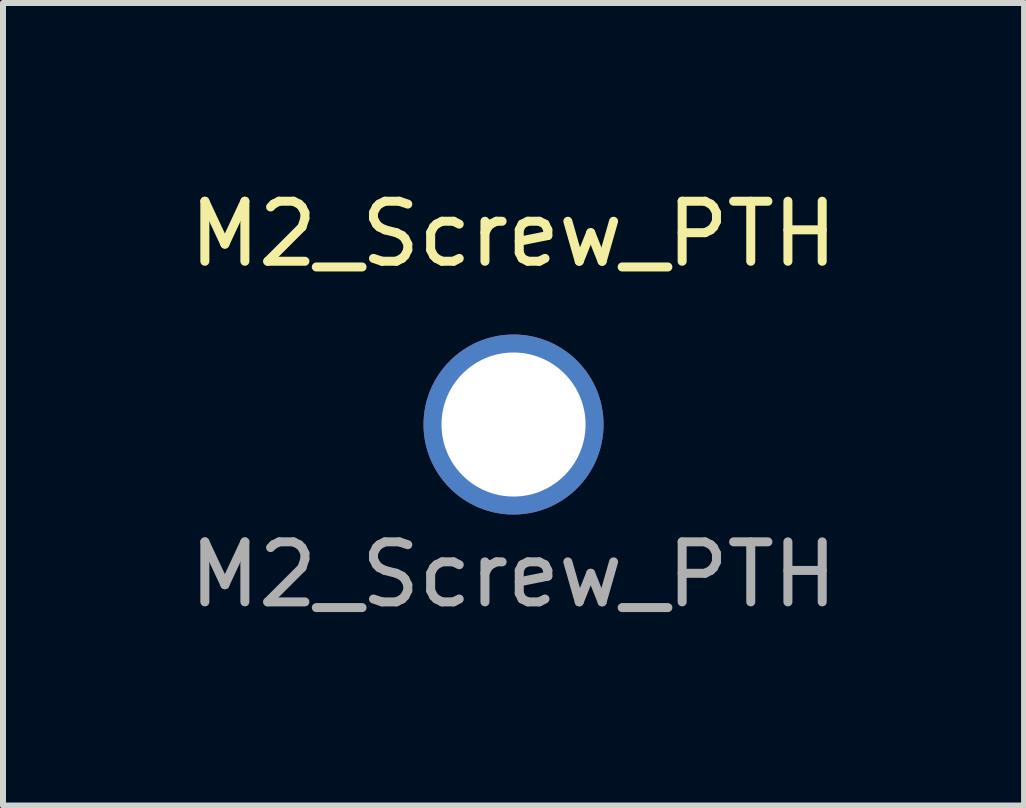
<source format=kicad_pcb>
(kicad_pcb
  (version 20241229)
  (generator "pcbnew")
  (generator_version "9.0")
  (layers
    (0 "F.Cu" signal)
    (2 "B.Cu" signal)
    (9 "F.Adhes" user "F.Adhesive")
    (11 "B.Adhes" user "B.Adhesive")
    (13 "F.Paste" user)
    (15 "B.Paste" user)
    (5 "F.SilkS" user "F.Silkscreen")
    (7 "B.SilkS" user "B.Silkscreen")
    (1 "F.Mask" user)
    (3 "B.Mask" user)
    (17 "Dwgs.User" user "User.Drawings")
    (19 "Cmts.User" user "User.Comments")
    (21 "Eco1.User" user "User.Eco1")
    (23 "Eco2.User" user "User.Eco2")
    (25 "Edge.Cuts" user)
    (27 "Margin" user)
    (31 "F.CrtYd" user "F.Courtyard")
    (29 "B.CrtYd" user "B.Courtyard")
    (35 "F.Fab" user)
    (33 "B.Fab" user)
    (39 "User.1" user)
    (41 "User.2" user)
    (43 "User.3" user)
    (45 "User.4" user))
  (footprint "M2_Screw_PTH"
    (layer "F.Cu")
    (at 5.506 4.023)
    (property "Reference" "M2_Screw_PTH" (at 0 -3.175 0) (unlocked yes) (layer "F.SilkS") (effects (font (size 1 1) (thickness 0.15))))
    (attr through_hole)
    (fp_text user "${REFERENCE}" (at 0 2.5 0) (unlocked yes) (layer "F.Fab") (effects (font (size 1 1) (thickness 0.15))))
    (pad "1" thru_hole circle (at 0 0) (size 3 3) (drill 2.4) (layers "*.Cu" "*.Mask")))
  (gr_rect
    (start -3 -3)
    (end 14.012 10.371)
    (stroke (width 0.1) (type default))
    (fill no)
    (layer "Edge.Cuts")))
</source>
